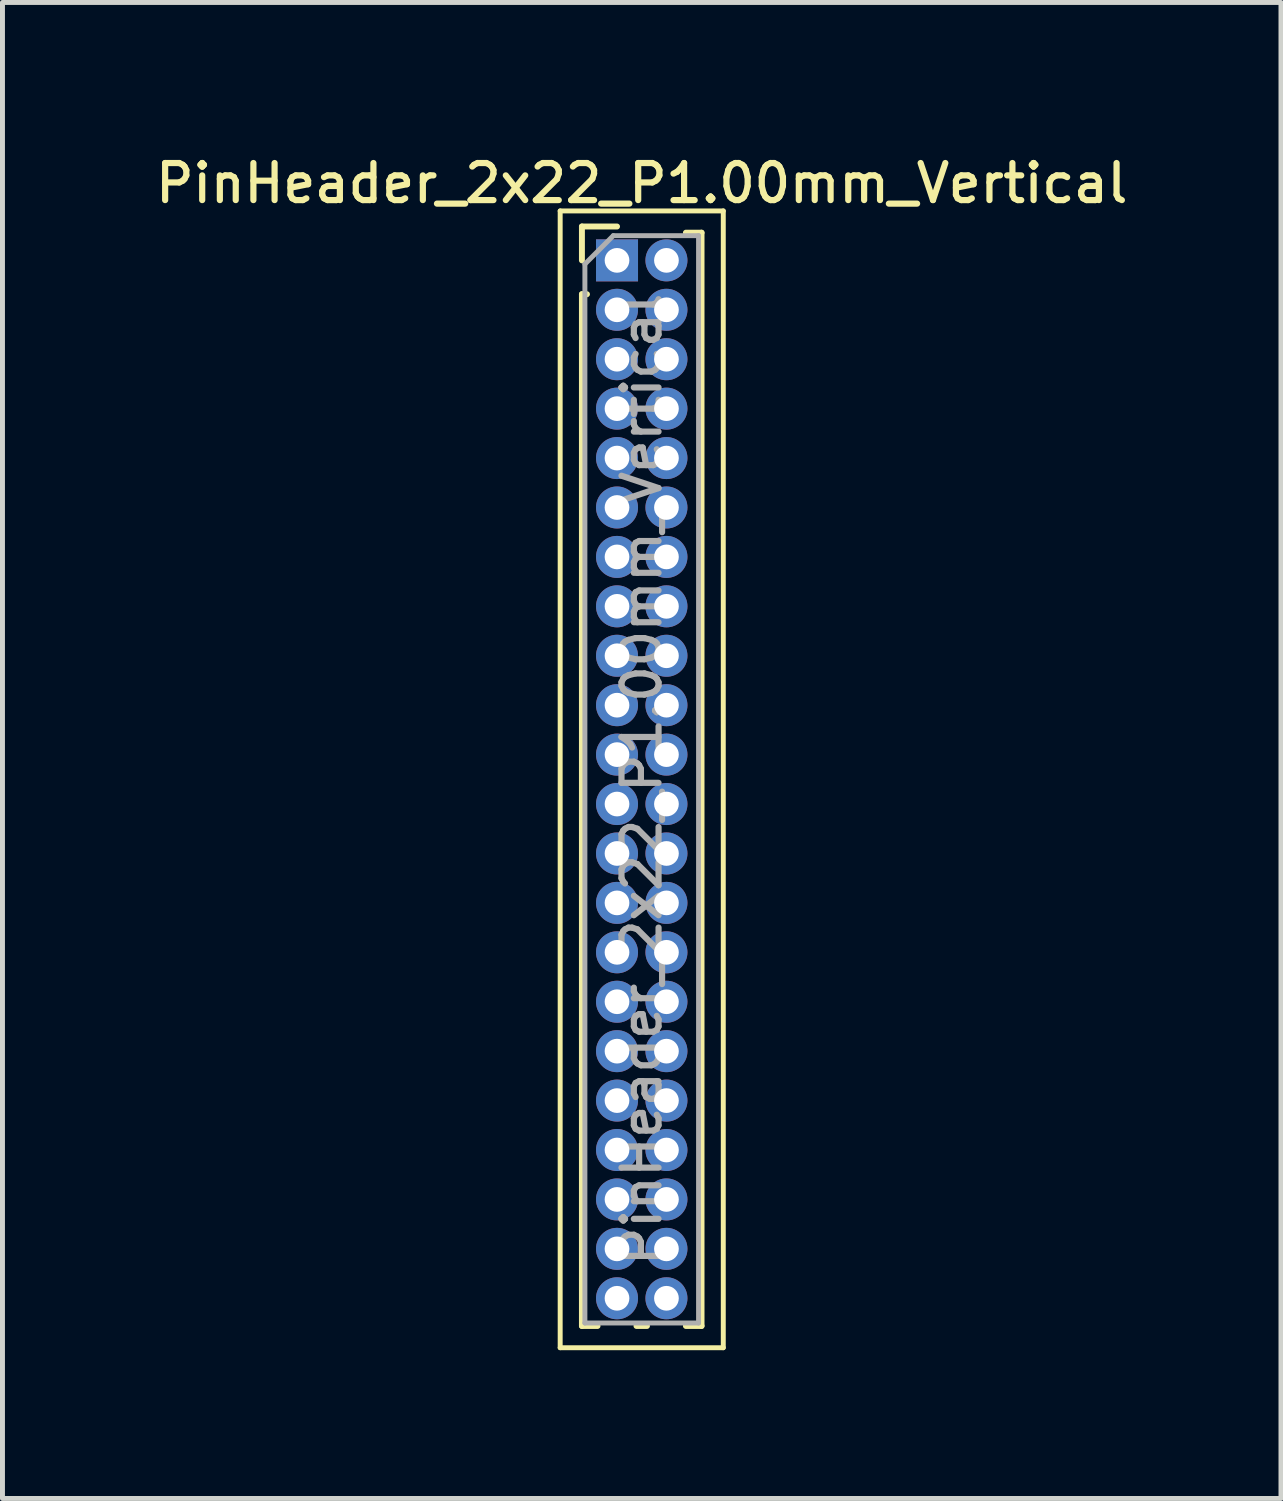
<source format=kicad_pcb>
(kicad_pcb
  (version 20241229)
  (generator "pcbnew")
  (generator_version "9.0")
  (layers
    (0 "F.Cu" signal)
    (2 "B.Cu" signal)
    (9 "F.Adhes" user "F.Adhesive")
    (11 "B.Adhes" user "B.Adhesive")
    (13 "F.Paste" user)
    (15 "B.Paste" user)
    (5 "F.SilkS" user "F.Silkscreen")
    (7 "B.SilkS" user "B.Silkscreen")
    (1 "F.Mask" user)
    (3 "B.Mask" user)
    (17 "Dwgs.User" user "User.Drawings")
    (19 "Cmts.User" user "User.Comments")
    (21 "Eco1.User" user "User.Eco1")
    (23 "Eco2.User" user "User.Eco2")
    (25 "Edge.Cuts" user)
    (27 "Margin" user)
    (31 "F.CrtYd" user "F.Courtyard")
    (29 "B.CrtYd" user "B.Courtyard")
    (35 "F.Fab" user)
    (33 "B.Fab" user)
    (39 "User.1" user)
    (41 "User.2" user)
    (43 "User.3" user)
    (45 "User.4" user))
  (footprint "PinHeader_2x22_P1.00mm_Vertical"
    (layer "F.Cu")
    (at 9.434 2.218)
    (property "Reference" "PinHeader_2x22_P1.00mm_Vertical" (at 0.5 -1.56 0) (layer "F.SilkS") (effects (font (size 0.75 0.75) (thickness 0.125))))
    (attr through_hole)
    (fp_line (start -1.15 -1) (end -1.15 22) (stroke (width 0.1) (type solid)) (layer "F.SilkS"))
    (fp_line (start -1.15 22) (end 2.15 22) (stroke (width 0.1) (type solid)) (layer "F.SilkS"))
    (fp_line (start -0.71 -0.685) (end 0 -0.685) (stroke (width 0.12) (type solid)) (layer "F.SilkS"))
    (fp_line (start -0.71 0) (end -0.71 -0.685) (stroke (width 0.12) (type solid)) (layer "F.SilkS"))
    (fp_line (start -0.71 0.685) (end -0.71 21.56) (stroke (width 0.12) (type solid)) (layer "F.SilkS"))
    (fp_line (start -0.71 0.685) (end -0.608 0.685) (stroke (width 0.12) (type solid)) (layer "F.SilkS"))
    (fp_line (start -0.71 21.56) (end -0.394 21.56) (stroke (width 0.12) (type solid)) (layer "F.SilkS"))
    (fp_line (start 0.394 21.56) (end 0.606 21.56) (stroke (width 0.12) (type solid)) (layer "F.SilkS"))
    (fp_line (start 1.394 -0.56) (end 1.71 -0.56) (stroke (width 0.12) (type solid)) (layer "F.SilkS"))
    (fp_line (start 1.394 21.56) (end 1.71 21.56) (stroke (width 0.12) (type solid)) (layer "F.SilkS"))
    (fp_line (start 1.71 -0.56) (end 1.71 21.56) (stroke (width 0.12) (type solid)) (layer "F.SilkS"))
    (fp_line (start 2.15 -1) (end -1.15 -1) (stroke (width 0.1) (type solid)) (layer "F.SilkS"))
    (fp_line (start 2.15 22) (end 2.15 -1) (stroke (width 0.1) (type solid)) (layer "F.SilkS"))
    (fp_line (start -0.65 0.075) (end -0.075 -0.5) (stroke (width 0.1) (type solid)) (layer "F.Fab"))
    (fp_line (start -0.65 21.5) (end -0.65 0.075) (stroke (width 0.1) (type solid)) (layer "F.Fab"))
    (fp_line (start -0.075 -0.5) (end 1.65 -0.5) (stroke (width 0.1) (type solid)) (layer "F.Fab"))
    (fp_line (start 1.65 -0.5) (end 1.65 21.5) (stroke (width 0.1) (type solid)) (layer "F.Fab"))
    (fp_line (start 1.65 21.5) (end -0.65 21.5) (stroke (width 0.1) (type solid)) (layer "F.Fab"))
    (fp_text user "${REFERENCE}" (at 0.5 10.5 90) (layer "F.Fab") (effects (font (size 0.75 0.75) (thickness 0.125))))
    (pad "1" thru_hole rect (at 0 0) (size 0.85 0.85) (drill 0.5) (layers "*.Cu" "*.Mask"))
    (pad "2" thru_hole oval (at 1 0) (size 0.85 0.85) (drill 0.5) (layers "*.Cu" "*.Mask"))
    (pad "3" thru_hole oval (at 0 1) (size 0.85 0.85) (drill 0.5) (layers "*.Cu" "*.Mask"))
    (pad "4" thru_hole oval (at 1 1) (size 0.85 0.85) (drill 0.5) (layers "*.Cu" "*.Mask"))
    (pad "5" thru_hole oval (at 0 2) (size 0.85 0.85) (drill 0.5) (layers "*.Cu" "*.Mask"))
    (pad "6" thru_hole oval (at 1 2) (size 0.85 0.85) (drill 0.5) (layers "*.Cu" "*.Mask"))
    (pad "7" thru_hole oval (at 0 3) (size 0.85 0.85) (drill 0.5) (layers "*.Cu" "*.Mask"))
    (pad "8" thru_hole oval (at 1 3) (size 0.85 0.85) (drill 0.5) (layers "*.Cu" "*.Mask"))
    (pad "9" thru_hole oval (at 0 4) (size 0.85 0.85) (drill 0.5) (layers "*.Cu" "*.Mask"))
    (pad "10" thru_hole oval (at 1 4) (size 0.85 0.85) (drill 0.5) (layers "*.Cu" "*.Mask"))
    (pad "11" thru_hole oval (at 0 5) (size 0.85 0.85) (drill 0.5) (layers "*.Cu" "*.Mask"))
    (pad "12" thru_hole oval (at 1 5) (size 0.85 0.85) (drill 0.5) (layers "*.Cu" "*.Mask"))
    (pad "13" thru_hole oval (at 0 6) (size 0.85 0.85) (drill 0.5) (layers "*.Cu" "*.Mask"))
    (pad "14" thru_hole oval (at 1 6) (size 0.85 0.85) (drill 0.5) (layers "*.Cu" "*.Mask"))
    (pad "15" thru_hole oval (at 0 7) (size 0.85 0.85) (drill 0.5) (layers "*.Cu" "*.Mask"))
    (pad "16" thru_hole oval (at 1 7) (size 0.85 0.85) (drill 0.5) (layers "*.Cu" "*.Mask"))
    (pad "17" thru_hole oval (at 0 8) (size 0.85 0.85) (drill 0.5) (layers "*.Cu" "*.Mask"))
    (pad "18" thru_hole oval (at 1 8) (size 0.85 0.85) (drill 0.5) (layers "*.Cu" "*.Mask"))
    (pad "19" thru_hole oval (at 0 9) (size 0.85 0.85) (drill 0.5) (layers "*.Cu" "*.Mask"))
    (pad "20" thru_hole oval (at 1 9) (size 0.85 0.85) (drill 0.5) (layers "*.Cu" "*.Mask"))
    (pad "21" thru_hole oval (at 0 10) (size 0.85 0.85) (drill 0.5) (layers "*.Cu" "*.Mask"))
    (pad "22" thru_hole oval (at 1 10) (size 0.85 0.85) (drill 0.5) (layers "*.Cu" "*.Mask"))
    (pad "23" thru_hole oval (at 0 11) (size 0.85 0.85) (drill 0.5) (layers "*.Cu" "*.Mask"))
    (pad "24" thru_hole oval (at 1 11) (size 0.85 0.85) (drill 0.5) (layers "*.Cu" "*.Mask"))
    (pad "25" thru_hole oval (at 0 12) (size 0.85 0.85) (drill 0.5) (layers "*.Cu" "*.Mask"))
    (pad "26" thru_hole oval (at 1 12) (size 0.85 0.85) (drill 0.5) (layers "*.Cu" "*.Mask"))
    (pad "27" thru_hole oval (at 0 13) (size 0.85 0.85) (drill 0.5) (layers "*.Cu" "*.Mask"))
    (pad "28" thru_hole oval (at 1 13) (size 0.85 0.85) (drill 0.5) (layers "*.Cu" "*.Mask"))
    (pad "29" thru_hole oval (at 0 14) (size 0.85 0.85) (drill 0.5) (layers "*.Cu" "*.Mask"))
    (pad "30" thru_hole oval (at 1 14) (size 0.85 0.85) (drill 0.5) (layers "*.Cu" "*.Mask"))
    (pad "31" thru_hole oval (at 0 15) (size 0.85 0.85) (drill 0.5) (layers "*.Cu" "*.Mask"))
    (pad "32" thru_hole oval (at 1 15) (size 0.85 0.85) (drill 0.5) (layers "*.Cu" "*.Mask"))
    (pad "33" thru_hole oval (at 0 16) (size 0.85 0.85) (drill 0.5) (layers "*.Cu" "*.Mask"))
    (pad "34" thru_hole oval (at 1 16) (size 0.85 0.85) (drill 0.5) (layers "*.Cu" "*.Mask"))
    (pad "35" thru_hole oval (at 0 17) (size 0.85 0.85) (drill 0.5) (layers "*.Cu" "*.Mask"))
    (pad "36" thru_hole oval (at 1 17) (size 0.85 0.85) (drill 0.5) (layers "*.Cu" "*.Mask"))
    (pad "37" thru_hole oval (at 0 18) (size 0.85 0.85) (drill 0.5) (layers "*.Cu" "*.Mask"))
    (pad "38" thru_hole oval (at 1 18) (size 0.85 0.85) (drill 0.5) (layers "*.Cu" "*.Mask"))
    (pad "39" thru_hole oval (at 0 19) (size 0.85 0.85) (drill 0.5) (layers "*.Cu" "*.Mask"))
    (pad "40" thru_hole oval (at 1 19) (size 0.85 0.85) (drill 0.5) (layers "*.Cu" "*.Mask"))
    (pad "41" thru_hole oval (at 0 20) (size 0.85 0.85) (drill 0.5) (layers "*.Cu" "*.Mask"))
    (pad "42" thru_hole oval (at 1 20) (size 0.85 0.85) (drill 0.5) (layers "*.Cu" "*.Mask"))
    (pad "43" thru_hole oval (at 0 21) (size 0.85 0.85) (drill 0.5) (layers "*.Cu" "*.Mask"))
    (pad "44" thru_hole oval (at 1 21) (size 0.85 0.85) (drill 0.5) (layers "*.Cu" "*.Mask")))
  (gr_rect
    (start -3 -3)
    (end 22.868 27.268)
    (stroke (width 0.1) (type default))
    (fill no)
    (layer "Edge.Cuts")))
</source>
